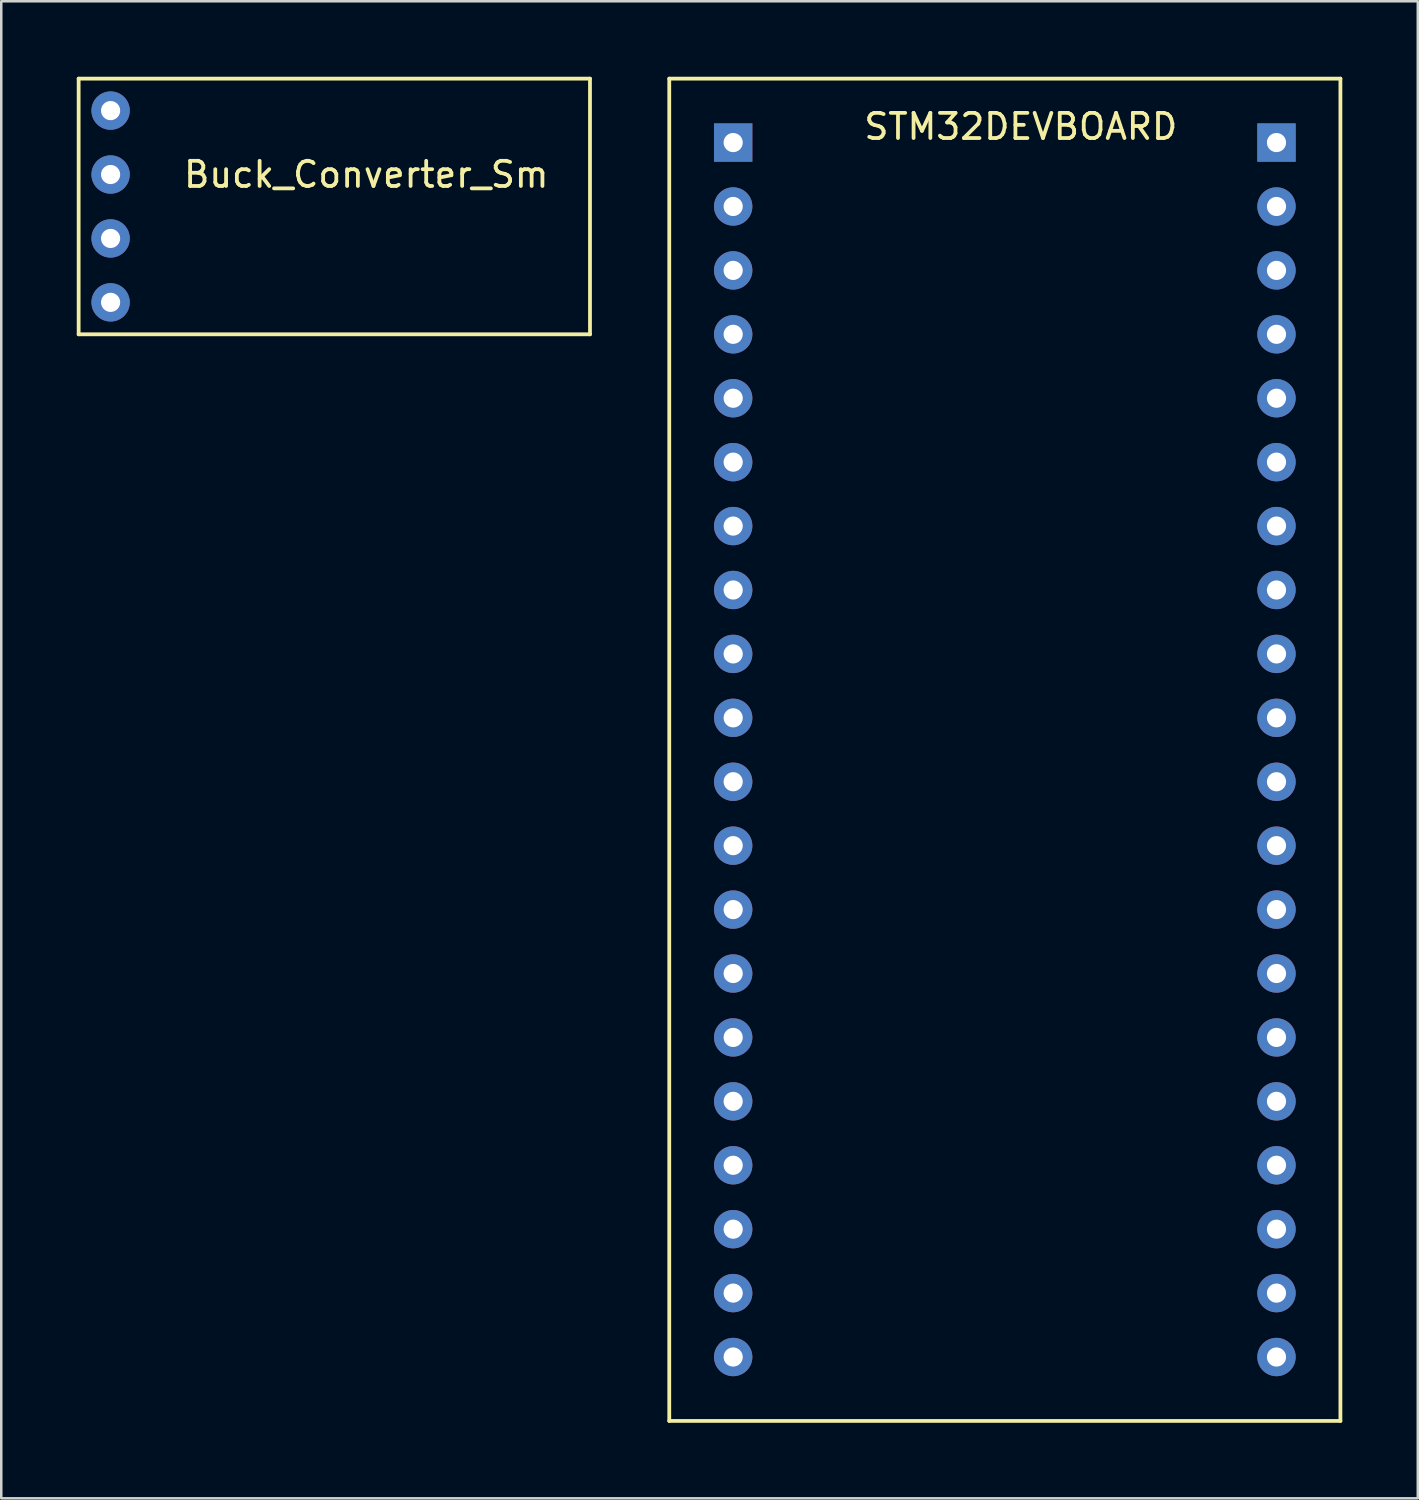
<source format=kicad_pcb>
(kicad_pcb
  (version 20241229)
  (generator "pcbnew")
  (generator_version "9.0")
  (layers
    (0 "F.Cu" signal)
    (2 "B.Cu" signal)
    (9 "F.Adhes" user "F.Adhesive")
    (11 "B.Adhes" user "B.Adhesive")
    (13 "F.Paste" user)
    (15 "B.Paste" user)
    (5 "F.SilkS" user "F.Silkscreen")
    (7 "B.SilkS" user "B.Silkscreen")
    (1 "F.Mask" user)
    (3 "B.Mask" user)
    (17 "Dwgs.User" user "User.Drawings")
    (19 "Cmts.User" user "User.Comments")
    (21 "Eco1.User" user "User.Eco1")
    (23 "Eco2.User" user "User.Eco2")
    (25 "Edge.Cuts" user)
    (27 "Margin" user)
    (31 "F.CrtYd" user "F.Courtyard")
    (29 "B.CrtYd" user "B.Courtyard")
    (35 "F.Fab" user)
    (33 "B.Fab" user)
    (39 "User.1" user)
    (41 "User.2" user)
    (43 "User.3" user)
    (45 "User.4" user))
  (footprint "Buck_Converter_Sm"
    (layer "F.Cu")
    (at 6.425 5.155)
    (property "Reference" "Buck_Converter_Sm" (at 5.08 -1.27 0) (layer "F.SilkS") (effects (font (size 1 1) (thickness 0.15))))
    (attr through_hole)
    (fp_line (start -6.35 -5.08) (end -6.35 5.08) (stroke (width 0.15) (type solid)) (layer "F.SilkS"))
    (fp_line (start -6.35 5.08) (end 13.97 5.08) (stroke (width 0.15) (type solid)) (layer "F.SilkS"))
    (fp_line (start 13.97 -5.08) (end -6.35 -5.08) (stroke (width 0.15) (type solid)) (layer "F.SilkS"))
    (fp_line (start 13.97 5.08) (end 13.97 -5.08) (stroke (width 0.15) (type solid)) (layer "F.SilkS"))
    (pad "1" thru_hole circle (at -5.08 -3.81) (size 1.524 1.524) (drill 0.762) (layers "*.Cu" "*.Mask"))
    (pad "2" thru_hole circle (at -5.08 -1.27) (size 1.524 1.524) (drill 0.762) (layers "*.Cu" "*.Mask"))
    (pad "3" thru_hole circle (at -5.08 1.27) (size 1.524 1.524) (drill 0.762) (layers "*.Cu" "*.Mask"))
    (pad "4" thru_hole circle (at -5.08 3.81) (size 1.524 1.524) (drill 0.762) (layers "*.Cu" "*.Mask")))
  (footprint "STM32DEVBOARD"
    (layer "F.Cu")
    (at 37.515 25.475)
    (property "Reference" "STM32DEVBOARD" (at 0 -23.495 0) (layer "F.SilkS") (effects (font (size 1 1) (thickness 0.15))))
    (attr through_hole)
    (fp_line (start -13.97 -25.4) (end 12.7 -25.4) (stroke (width 0.15) (type solid)) (layer "F.SilkS"))
    (fp_line (start -13.97 27.94) (end -13.97 -25.4) (stroke (width 0.15) (type solid)) (layer "F.SilkS"))
    (fp_line (start 12.7 -25.4) (end 12.7 27.94) (stroke (width 0.15) (type solid)) (layer "F.SilkS"))
    (fp_line (start 12.7 27.94) (end -13.97 27.94) (stroke (width 0.15) (type solid)) (layer "F.SilkS"))
    (pad "1" thru_hole rect (at -11.43 -22.86) (size 1.524 1.524) (drill 0.762) (layers "*.Cu" "*.Mask"))
    (pad "2" thru_hole circle (at -11.43 -20.32) (size 1.524 1.524) (drill 0.762) (layers "*.Cu" "*.Mask"))
    (pad "3" thru_hole circle (at -11.43 -17.78) (size 1.524 1.524) (drill 0.762) (layers "*.Cu" "*.Mask"))
    (pad "4" thru_hole circle (at -11.43 -15.24) (size 1.524 1.524) (drill 0.762) (layers "*.Cu" "*.Mask"))
    (pad "5" thru_hole circle (at -11.43 -12.7) (size 1.524 1.524) (drill 0.762) (layers "*.Cu" "*.Mask"))
    (pad "6" thru_hole circle (at -11.43 -10.16) (size 1.524 1.524) (drill 0.762) (layers "*.Cu" "*.Mask"))
    (pad "7" thru_hole circle (at -11.43 -7.62) (size 1.524 1.524) (drill 0.762) (layers "*.Cu" "*.Mask"))
    (pad "8" thru_hole circle (at -11.43 -5.08) (size 1.524 1.524) (drill 0.762) (layers "*.Cu" "*.Mask"))
    (pad "9" thru_hole circle (at -11.43 -2.54) (size 1.524 1.524) (drill 0.762) (layers "*.Cu" "*.Mask"))
    (pad "10" thru_hole circle (at -11.43 0) (size 1.524 1.524) (drill 0.762) (layers "*.Cu" "*.Mask"))
    (pad "11" thru_hole circle (at -11.43 2.54) (size 1.524 1.524) (drill 0.762) (layers "*.Cu" "*.Mask"))
    (pad "12" thru_hole circle (at -11.43 5.08) (size 1.524 1.524) (drill 0.762) (layers "*.Cu" "*.Mask"))
    (pad "13" thru_hole circle (at -11.43 7.62) (size 1.524 1.524) (drill 0.762) (layers "*.Cu" "*.Mask"))
    (pad "14" thru_hole circle (at -11.43 10.16) (size 1.524 1.524) (drill 0.762) (layers "*.Cu" "*.Mask"))
    (pad "15" thru_hole circle (at -11.43 12.7) (size 1.524 1.524) (drill 0.762) (layers "*.Cu" "*.Mask"))
    (pad "16" thru_hole circle (at -11.43 15.24) (size 1.524 1.524) (drill 0.762) (layers "*.Cu" "*.Mask"))
    (pad "17" thru_hole circle (at -11.43 17.78) (size 1.524 1.524) (drill 0.762) (layers "*.Cu" "*.Mask"))
    (pad "18" thru_hole circle (at -11.43 20.32) (size 1.524 1.524) (drill 0.762) (layers "*.Cu" "*.Mask"))
    (pad "18" thru_hole rect (at 10.16 -22.86) (size 1.524 1.524) (drill 0.762) (layers "*.Cu" "*.Mask"))
    (pad "19" thru_hole circle (at -11.43 22.86) (size 1.524 1.524) (drill 0.762) (layers "*.Cu" "*.Mask"))
    (pad "19" thru_hole circle (at -11.43 25.4) (size 1.524 1.524) (drill 0.762) (layers "*.Cu" "*.Mask"))
    (pad "19" thru_hole circle (at 10.16 -20.32) (size 1.524 1.524) (drill 0.762) (layers "*.Cu" "*.Mask"))
    (pad "23" thru_hole circle (at 10.16 -17.78) (size 1.524 1.524) (drill 0.762) (layers "*.Cu" "*.Mask"))
    (pad "24" thru_hole circle (at 10.16 -15.24) (size 1.524 1.524) (drill 0.762) (layers "*.Cu" "*.Mask"))
    (pad "25" thru_hole circle (at 10.16 -12.7) (size 1.524 1.524) (drill 0.762) (layers "*.Cu" "*.Mask"))
    (pad "26" thru_hole circle (at 10.16 -10.16) (size 1.524 1.524) (drill 0.762) (layers "*.Cu" "*.Mask"))
    (pad "27" thru_hole circle (at 10.16 -7.62) (size 1.524 1.524) (drill 0.762) (layers "*.Cu" "*.Mask"))
    (pad "28" thru_hole circle (at 10.16 -5.08) (size 1.524 1.524) (drill 0.762) (layers "*.Cu" "*.Mask"))
    (pad "29" thru_hole circle (at 10.16 -2.54) (size 1.524 1.524) (drill 0.762) (layers "*.Cu" "*.Mask"))
    (pad "30" thru_hole circle (at 10.16 0) (size 1.524 1.524) (drill 0.762) (layers "*.Cu" "*.Mask"))
    (pad "31" thru_hole circle (at 10.16 2.54) (size 1.524 1.524) (drill 0.762) (layers "*.Cu" "*.Mask"))
    (pad "32" thru_hole circle (at 10.16 5.08) (size 1.524 1.524) (drill 0.762) (layers "*.Cu" "*.Mask"))
    (pad "33" thru_hole circle (at 10.16 7.62) (size 1.524 1.524) (drill 0.762) (layers "*.Cu" "*.Mask"))
    (pad "34" thru_hole circle (at 10.16 10.16) (size 1.524 1.524) (drill 0.762) (layers "*.Cu" "*.Mask"))
    (pad "35" thru_hole circle (at 10.16 12.7) (size 1.524 1.524) (drill 0.762) (layers "*.Cu" "*.Mask"))
    (pad "36" thru_hole circle (at 10.16 15.24) (size 1.524 1.524) (drill 0.762) (layers "*.Cu" "*.Mask"))
    (pad "37" thru_hole circle (at 10.16 17.78) (size 1.524 1.524) (drill 0.762) (layers "*.Cu" "*.Mask"))
    (pad "38" thru_hole circle (at 10.16 20.32) (size 1.524 1.524) (drill 0.762) (layers "*.Cu" "*.Mask"))
    (pad "39" thru_hole circle (at 10.16 22.86) (size 1.524 1.524) (drill 0.762) (layers "*.Cu" "*.Mask"))
    (pad "40" thru_hole circle (at 10.16 25.4) (size 1.524 1.524) (drill 0.762) (layers "*.Cu" "*.Mask")))
  (gr_rect
    (start -3 -3)
    (end 53.29 56.49)
    (stroke (width 0.1) (type default))
    (fill no)
    (layer "Edge.Cuts")))
</source>
